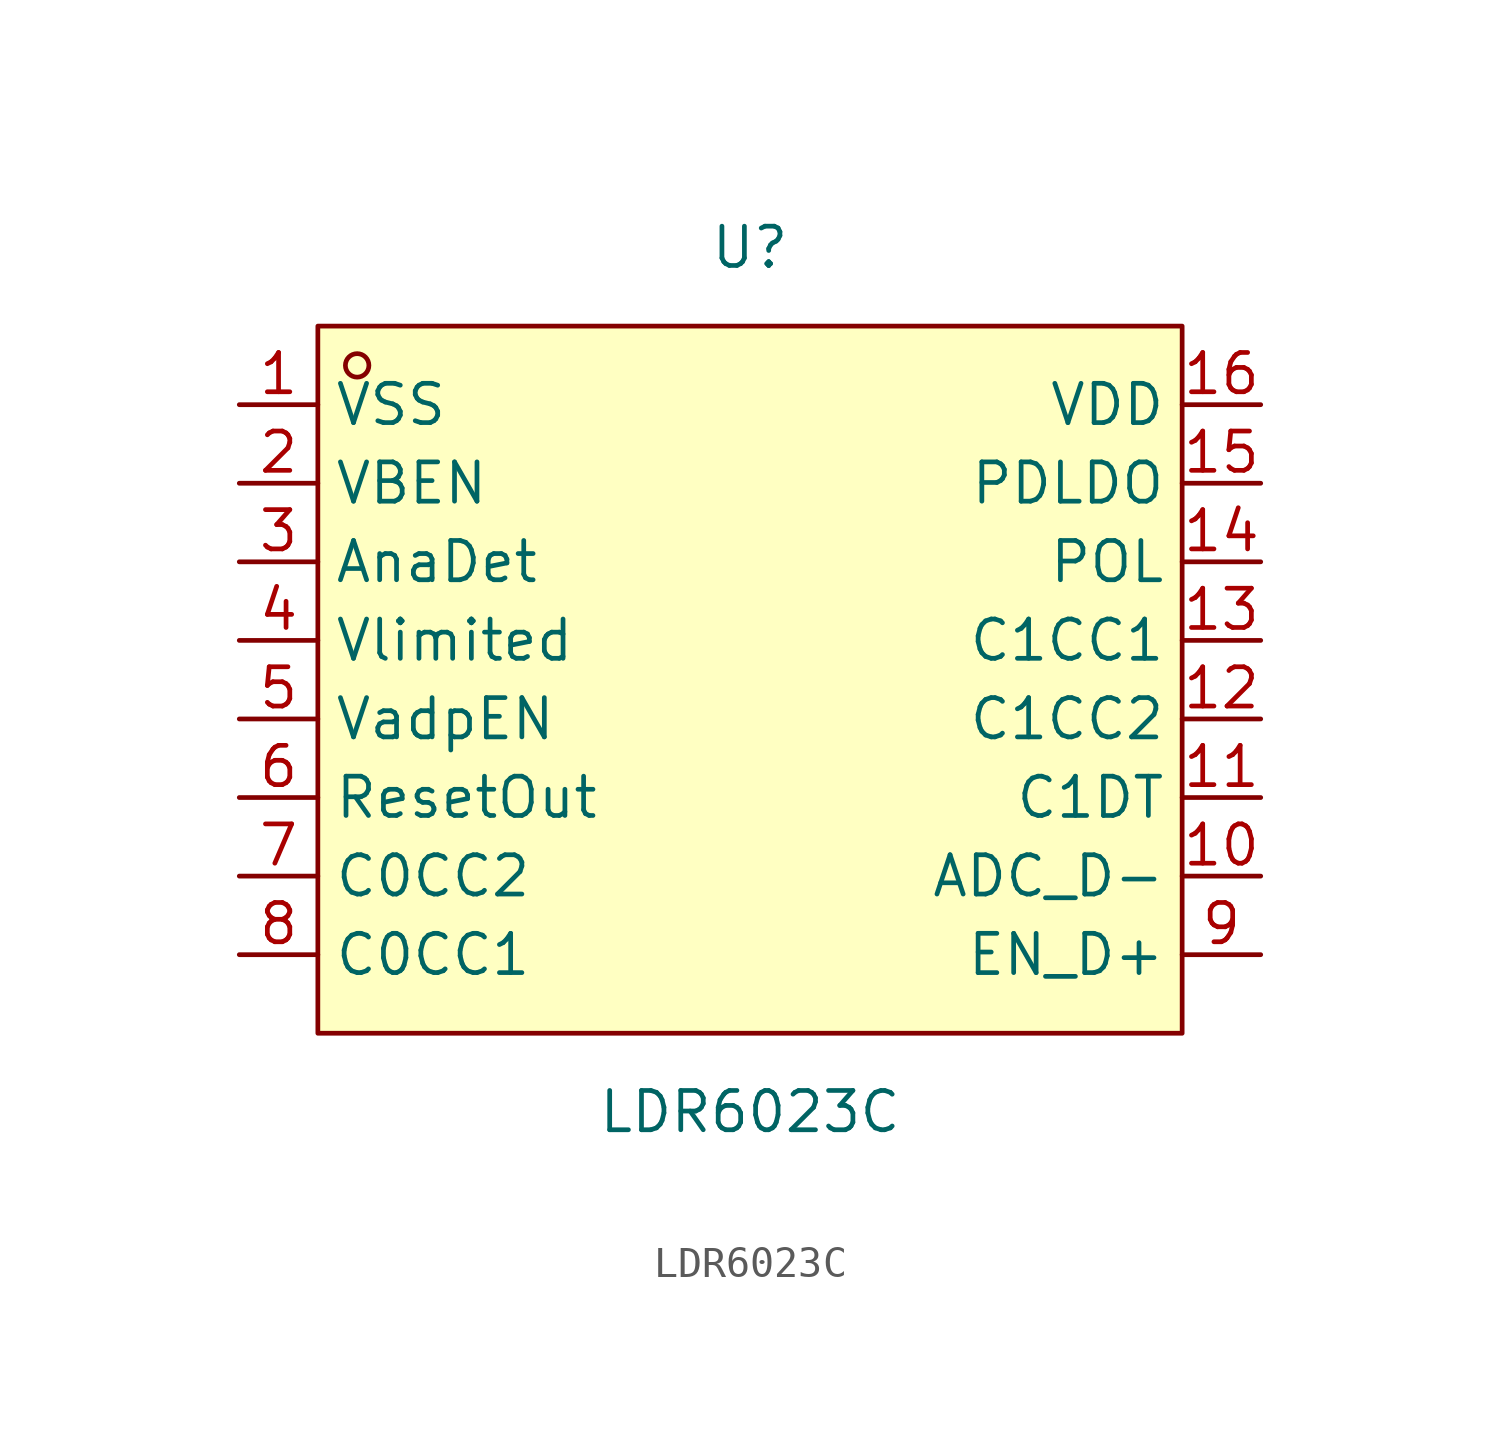
<source format=kicad_sym>
(kicad_symbol_lib
  (version 20211014)
  (generator https://github.com/uPesy/easyeda2kicad.py)
  (symbol "LDR6023C"
    (property "Reference" "U"
      (at 0 13.97 0)
      (effects (font (size 1.27 1.27))))
    (property "Value" "LDR6023C"
      (at 0 -13.97 0)
      (effects (font (size 1.27 1.27))))
    (symbol "LDR6023C_0_1"
      (rectangle (start -13.97 11.43) (end 13.97 -11.43) (stroke (width 0) (type default) (color 0 0 0 0)) (fill (type background)))
      (circle (center -12.70 10.16) (radius 0.38) (stroke (width 0) (type default) (color 0 0 0 0)) (fill (type none)))
      (pin unspecified line (at -16.51 8.89 0) (length 2.54) (name "VSS" (effects (font (size 1.27 1.27)))) (number "1" (effects (font (size 1.27 1.27)))))
      (pin unspecified line (at -16.51 6.35 0) (length 2.54) (name "VBEN" (effects (font (size 1.27 1.27)))) (number "2" (effects (font (size 1.27 1.27)))))
      (pin unspecified line (at -16.51 3.81 0) (length 2.54) (name "AnaDet" (effects (font (size 1.27 1.27)))) (number "3" (effects (font (size 1.27 1.27)))))
      (pin unspecified line (at -16.51 1.27 0) (length 2.54) (name "Vlimited" (effects (font (size 1.27 1.27)))) (number "4" (effects (font (size 1.27 1.27)))))
      (pin unspecified line (at -16.51 -1.27 0) (length 2.54) (name "VadpEN" (effects (font (size 1.27 1.27)))) (number "5" (effects (font (size 1.27 1.27)))))
      (pin unspecified line (at -16.51 -3.81 0) (length 2.54) (name "ResetOut" (effects (font (size 1.27 1.27)))) (number "6" (effects (font (size 1.27 1.27)))))
      (pin unspecified line (at -16.51 -6.35 0) (length 2.54) (name "C0CC2" (effects (font (size 1.27 1.27)))) (number "7" (effects (font (size 1.27 1.27)))))
      (pin unspecified line (at -16.51 -8.89 0) (length 2.54) (name "C0CC1" (effects (font (size 1.27 1.27)))) (number "8" (effects (font (size 1.27 1.27)))))
      (pin unspecified line (at 16.51 -8.89 180) (length 2.54) (name "EN_D+" (effects (font (size 1.27 1.27)))) (number "9" (effects (font (size 1.27 1.27)))))
      (pin unspecified line (at 16.51 -6.35 180) (length 2.54) (name "ADC_D-" (effects (font (size 1.27 1.27)))) (number "10" (effects (font (size 1.27 1.27)))))
      (pin unspecified line (at 16.51 -3.81 180) (length 2.54) (name "C1DT" (effects (font (size 1.27 1.27)))) (number "11" (effects (font (size 1.27 1.27)))))
      (pin unspecified line (at 16.51 -1.27 180) (length 2.54) (name "C1CC2" (effects (font (size 1.27 1.27)))) (number "12" (effects (font (size 1.27 1.27)))))
      (pin unspecified line (at 16.51 1.27 180) (length 2.54) (name "C1CC1" (effects (font (size 1.27 1.27)))) (number "13" (effects (font (size 1.27 1.27)))))
      (pin unspecified line (at 16.51 3.81 180) (length 2.54) (name "POL" (effects (font (size 1.27 1.27)))) (number "14" (effects (font (size 1.27 1.27)))))
      (pin unspecified line (at 16.51 6.35 180) (length 2.54) (name "PDLDO" (effects (font (size 1.27 1.27)))) (number "15" (effects (font (size 1.27 1.27)))))
      (pin unspecified line (at 16.51 8.89 180) (length 2.54) (name "VDD" (effects (font (size 1.27 1.27)))) (number "16" (effects (font (size 1.27 1.27))))))))
</source>
